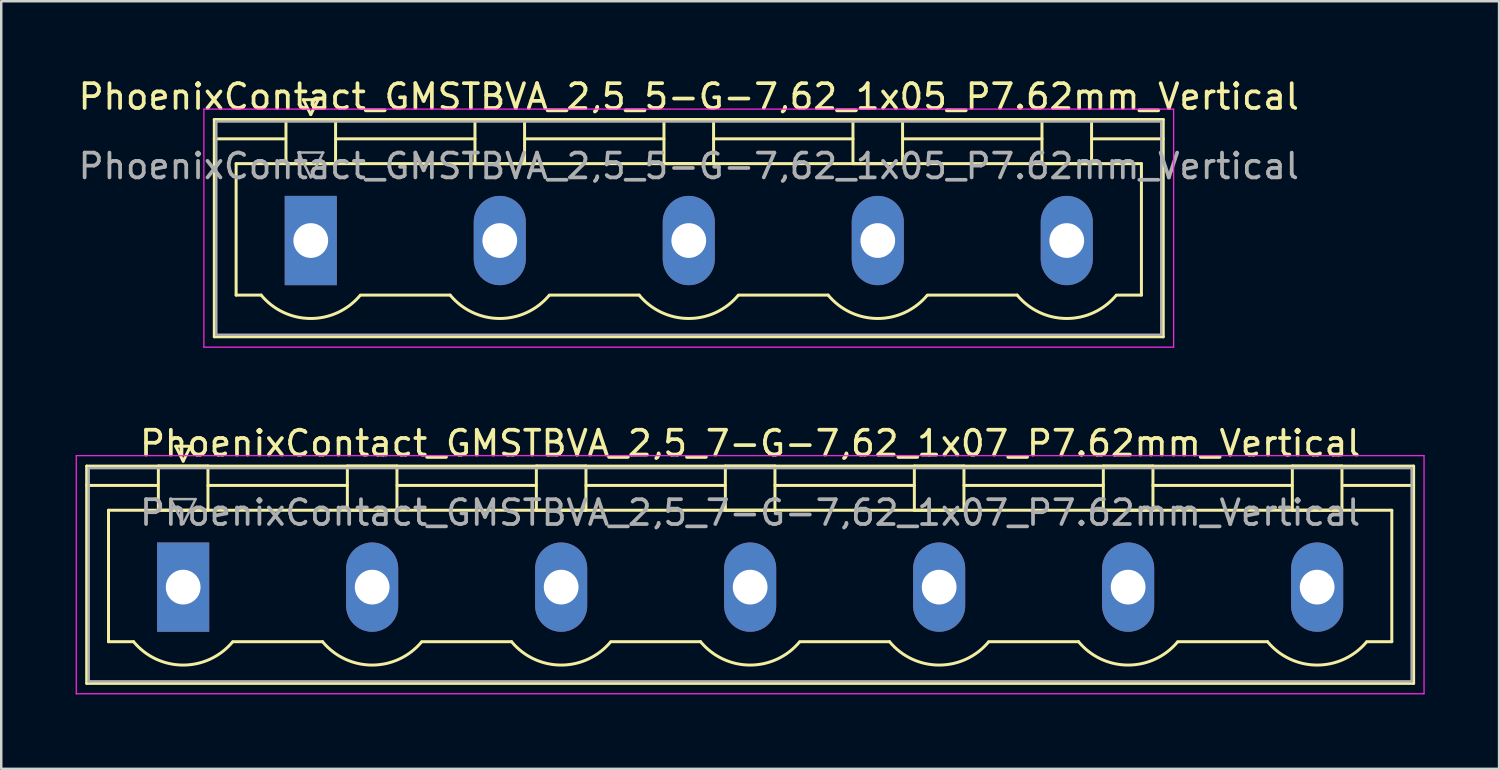
<source format=kicad_pcb>
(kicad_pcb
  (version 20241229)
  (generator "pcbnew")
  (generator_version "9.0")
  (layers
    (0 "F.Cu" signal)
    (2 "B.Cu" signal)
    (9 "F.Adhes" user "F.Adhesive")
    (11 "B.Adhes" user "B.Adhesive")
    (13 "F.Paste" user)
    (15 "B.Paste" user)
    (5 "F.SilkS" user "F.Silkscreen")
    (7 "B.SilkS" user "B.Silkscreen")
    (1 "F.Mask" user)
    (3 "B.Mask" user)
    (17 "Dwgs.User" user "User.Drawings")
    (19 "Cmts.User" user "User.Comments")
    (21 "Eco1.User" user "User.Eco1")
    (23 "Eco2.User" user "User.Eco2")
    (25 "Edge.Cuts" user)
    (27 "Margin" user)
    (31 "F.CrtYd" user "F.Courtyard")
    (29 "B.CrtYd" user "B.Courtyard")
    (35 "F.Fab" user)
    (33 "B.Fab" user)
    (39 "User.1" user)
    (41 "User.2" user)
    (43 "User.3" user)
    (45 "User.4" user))
  (footprint "PhoenixContact_GMSTBVA_2,5_5-G-7,62_1x05_P7.62mm_Vertical"
    (layer "F.Cu")
    (at 9.48 6.648)
    (property "Reference" "PhoenixContact_GMSTBVA_2,5_5-G-7,62_1x05_P7.62mm_Vertical" (at 15.24 -5.8 0) (layer "F.SilkS") (effects (font (size 1 1) (thickness 0.15))))
    (attr through_hole)
    (fp_line (start -3.89 -4.88) (end -3.89 3.88) (stroke (width 0.12) (type solid)) (layer "F.SilkS"))
    (fp_line (start -3.89 -4.1) (end -1.08 -4.1) (stroke (width 0.12) (type solid)) (layer "F.SilkS"))
    (fp_line (start -3.89 3.88) (end 34.37 3.88) (stroke (width 0.12) (type solid)) (layer "F.SilkS"))
    (fp_line (start -3.01 -3.1) (end 33.49 -3.1) (stroke (width 0.12) (type solid)) (layer "F.SilkS"))
    (fp_line (start -3.01 2.2) (end -3.01 -3.1) (stroke (width 0.12) (type solid)) (layer "F.SilkS"))
    (fp_line (start -2 2.2) (end -3.01 2.2) (stroke (width 0.12) (type solid)) (layer "F.SilkS"))
    (fp_line (start -1 -4.88) (end 1 -4.88) (stroke (width 0.12) (type solid)) (layer "F.SilkS"))
    (fp_line (start -1 -3.1) (end -1 -4.88) (stroke (width 0.12) (type solid)) (layer "F.SilkS"))
    (fp_line (start -0.3 -5.68) (end 0.3 -5.68) (stroke (width 0.12) (type solid)) (layer "F.SilkS"))
    (fp_line (start 0 -5.08) (end -0.3 -5.68) (stroke (width 0.12) (type solid)) (layer "F.SilkS"))
    (fp_line (start 0.3 -5.68) (end 0 -5.08) (stroke (width 0.12) (type solid)) (layer "F.SilkS"))
    (fp_line (start 1 -4.88) (end 1 -3.1) (stroke (width 0.12) (type solid)) (layer "F.SilkS"))
    (fp_line (start 1 -4.1) (end 6.62 -4.1) (stroke (width 0.12) (type solid)) (layer "F.SilkS"))
    (fp_line (start 1 -3.1) (end -1 -3.1) (stroke (width 0.12) (type solid)) (layer "F.SilkS"))
    (fp_line (start 2 2.2) (end 5.62 2.2) (stroke (width 0.12) (type solid)) (layer "F.SilkS"))
    (fp_line (start 6.62 -4.88) (end 8.62 -4.88) (stroke (width 0.12) (type solid)) (layer "F.SilkS"))
    (fp_line (start 6.62 -3.1) (end 6.62 -4.88) (stroke (width 0.12) (type solid)) (layer "F.SilkS"))
    (fp_line (start 8.62 -4.88) (end 8.62 -3.1) (stroke (width 0.12) (type solid)) (layer "F.SilkS"))
    (fp_line (start 8.62 -4.1) (end 14.24 -4.1) (stroke (width 0.12) (type solid)) (layer "F.SilkS"))
    (fp_line (start 8.62 -3.1) (end 6.62 -3.1) (stroke (width 0.12) (type solid)) (layer "F.SilkS"))
    (fp_line (start 9.62 2.2) (end 13.24 2.2) (stroke (width 0.12) (type solid)) (layer "F.SilkS"))
    (fp_line (start 14.24 -4.88) (end 16.24 -4.88) (stroke (width 0.12) (type solid)) (layer "F.SilkS"))
    (fp_line (start 14.24 -3.1) (end 14.24 -4.88) (stroke (width 0.12) (type solid)) (layer "F.SilkS"))
    (fp_line (start 16.24 -4.88) (end 16.24 -3.1) (stroke (width 0.12) (type solid)) (layer "F.SilkS"))
    (fp_line (start 16.24 -4.1) (end 21.86 -4.1) (stroke (width 0.12) (type solid)) (layer "F.SilkS"))
    (fp_line (start 16.24 -3.1) (end 14.24 -3.1) (stroke (width 0.12) (type solid)) (layer "F.SilkS"))
    (fp_line (start 17.24 2.2) (end 20.86 2.2) (stroke (width 0.12) (type solid)) (layer "F.SilkS"))
    (fp_line (start 21.86 -4.88) (end 23.86 -4.88) (stroke (width 0.12) (type solid)) (layer "F.SilkS"))
    (fp_line (start 21.86 -3.1) (end 21.86 -4.88) (stroke (width 0.12) (type solid)) (layer "F.SilkS"))
    (fp_line (start 23.86 -4.88) (end 23.86 -3.1) (stroke (width 0.12) (type solid)) (layer "F.SilkS"))
    (fp_line (start 23.86 -4.1) (end 29.48 -4.1) (stroke (width 0.12) (type solid)) (layer "F.SilkS"))
    (fp_line (start 23.86 -3.1) (end 21.86 -3.1) (stroke (width 0.12) (type solid)) (layer "F.SilkS"))
    (fp_line (start 24.86 2.2) (end 28.48 2.2) (stroke (width 0.12) (type solid)) (layer "F.SilkS"))
    (fp_line (start 29.48 -4.88) (end 31.48 -4.88) (stroke (width 0.12) (type solid)) (layer "F.SilkS"))
    (fp_line (start 29.48 -3.1) (end 29.48 -4.88) (stroke (width 0.12) (type solid)) (layer "F.SilkS"))
    (fp_line (start 31.48 -4.88) (end 31.48 -3.1) (stroke (width 0.12) (type solid)) (layer "F.SilkS"))
    (fp_line (start 31.48 -3.1) (end 29.48 -3.1) (stroke (width 0.12) (type solid)) (layer "F.SilkS"))
    (fp_line (start 33.49 -3.1) (end 33.49 2.2) (stroke (width 0.12) (type solid)) (layer "F.SilkS"))
    (fp_line (start 33.49 2.2) (end 32.48 2.2) (stroke (width 0.12) (type solid)) (layer "F.SilkS"))
    (fp_line (start 34.37 -4.88) (end -3.89 -4.88) (stroke (width 0.12) (type solid)) (layer "F.SilkS"))
    (fp_line (start 34.37 -4.1) (end 31.56 -4.1) (stroke (width 0.12) (type solid)) (layer "F.SilkS"))
    (fp_line (start 34.37 3.88) (end 34.37 -4.88) (stroke (width 0.12) (type solid)) (layer "F.SilkS"))
    (fp_arc (start 1.986842 2.215821) (mid -0.010289 3.142758) (end -2 2.2) (stroke (width 0.12) (type solid)) (layer "F.SilkS"))
    (fp_arc (start 9.606842 2.215821) (mid 7.609711 3.142758) (end 5.62 2.2) (stroke (width 0.12) (type solid)) (layer "F.SilkS"))
    (fp_arc (start 17.226842 2.215821) (mid 15.229711 3.142758) (end 13.24 2.2) (stroke (width 0.12) (type solid)) (layer "F.SilkS"))
    (fp_arc (start 24.846842 2.215821) (mid 22.849711 3.142758) (end 20.86 2.2) (stroke (width 0.12) (type solid)) (layer "F.SilkS"))
    (fp_arc (start 32.466842 2.215821) (mid 30.469711 3.142758) (end 28.48 2.2) (stroke (width 0.12) (type solid)) (layer "F.SilkS"))
    (fp_line (start -4.31 -5.3) (end -4.31 4.3) (stroke (width 0.05) (type solid)) (layer "F.CrtYd"))
    (fp_line (start -4.31 4.3) (end 34.79 4.3) (stroke (width 0.05) (type solid)) (layer "F.CrtYd"))
    (fp_line (start 34.79 -5.3) (end -4.31 -5.3) (stroke (width 0.05) (type solid)) (layer "F.CrtYd"))
    (fp_line (start 34.79 4.3) (end 34.79 -5.3) (stroke (width 0.05) (type solid)) (layer "F.CrtYd"))
    (fp_line (start -3.81 -4.8) (end -3.81 3.8) (stroke (width 0.1) (type solid)) (layer "F.Fab"))
    (fp_line (start -3.81 3.8) (end 34.29 3.8) (stroke (width 0.1) (type solid)) (layer "F.Fab"))
    (fp_line (start -0.5 -3.55) (end 0.5 -3.55) (stroke (width 0.1) (type solid)) (layer "F.Fab"))
    (fp_line (start 0 -2.55) (end -0.5 -3.55) (stroke (width 0.1) (type solid)) (layer "F.Fab"))
    (fp_line (start 0.5 -3.55) (end 0 -2.55) (stroke (width 0.1) (type solid)) (layer "F.Fab"))
    (fp_line (start 34.29 -4.8) (end -3.81 -4.8) (stroke (width 0.1) (type solid)) (layer "F.Fab"))
    (fp_line (start 34.29 3.8) (end 34.29 -4.8) (stroke (width 0.1) (type solid)) (layer "F.Fab"))
    (fp_text user "${REFERENCE}" (at 15.24 -3 0) (layer "F.Fab") (effects (font (size 1 1) (thickness 0.15))))
    (pad "1" thru_hole rect (at 0 0) (size 2.1 3.6) (drill 1.4) (layers "*.Cu" "*.Mask"))
    (pad "2" thru_hole oval (at 7.62 0) (size 2.1 3.6) (drill 1.4) (layers "*.Cu" "*.Mask"))
    (pad "3" thru_hole oval (at 15.24 0) (size 2.1 3.6) (drill 1.4) (layers "*.Cu" "*.Mask"))
    (pad "4" thru_hole oval (at 22.86 0) (size 2.1 3.6) (drill 1.4) (layers "*.Cu" "*.Mask"))
    (pad "5" thru_hole oval (at 30.48 0) (size 2.1 3.6) (drill 1.4) (layers "*.Cu" "*.Mask")))
  (footprint "PhoenixContact_GMSTBVA_2,5_7-G-7,62_1x07_P7.62mm_Vertical"
    (layer "F.Cu")
    (at 4.335 20.622)
    (property "Reference" "PhoenixContact_GMSTBVA_2,5_7-G-7,62_1x07_P7.62mm_Vertical" (at 22.86 -5.8 0) (layer "F.SilkS") (effects (font (size 1 1) (thickness 0.15))))
    (attr through_hole)
    (fp_line (start -3.89 -4.88) (end -3.89 3.88) (stroke (width 0.12) (type solid)) (layer "F.SilkS"))
    (fp_line (start -3.89 -4.1) (end -1.08 -4.1) (stroke (width 0.12) (type solid)) (layer "F.SilkS"))
    (fp_line (start -3.89 3.88) (end 49.61 3.88) (stroke (width 0.12) (type solid)) (layer "F.SilkS"))
    (fp_line (start -3.01 -3.1) (end 48.73 -3.1) (stroke (width 0.12) (type solid)) (layer "F.SilkS"))
    (fp_line (start -3.01 2.2) (end -3.01 -3.1) (stroke (width 0.12) (type solid)) (layer "F.SilkS"))
    (fp_line (start -2 2.2) (end -3.01 2.2) (stroke (width 0.12) (type solid)) (layer "F.SilkS"))
    (fp_line (start -1 -4.88) (end 1 -4.88) (stroke (width 0.12) (type solid)) (layer "F.SilkS"))
    (fp_line (start -1 -3.1) (end -1 -4.88) (stroke (width 0.12) (type solid)) (layer "F.SilkS"))
    (fp_line (start -0.3 -5.68) (end 0.3 -5.68) (stroke (width 0.12) (type solid)) (layer "F.SilkS"))
    (fp_line (start 0 -5.08) (end -0.3 -5.68) (stroke (width 0.12) (type solid)) (layer "F.SilkS"))
    (fp_line (start 0.3 -5.68) (end 0 -5.08) (stroke (width 0.12) (type solid)) (layer "F.SilkS"))
    (fp_line (start 1 -4.88) (end 1 -3.1) (stroke (width 0.12) (type solid)) (layer "F.SilkS"))
    (fp_line (start 1 -4.1) (end 6.62 -4.1) (stroke (width 0.12) (type solid)) (layer "F.SilkS"))
    (fp_line (start 1 -3.1) (end -1 -3.1) (stroke (width 0.12) (type solid)) (layer "F.SilkS"))
    (fp_line (start 2 2.2) (end 5.62 2.2) (stroke (width 0.12) (type solid)) (layer "F.SilkS"))
    (fp_line (start 6.62 -4.88) (end 8.62 -4.88) (stroke (width 0.12) (type solid)) (layer "F.SilkS"))
    (fp_line (start 6.62 -3.1) (end 6.62 -4.88) (stroke (width 0.12) (type solid)) (layer "F.SilkS"))
    (fp_line (start 8.62 -4.88) (end 8.62 -3.1) (stroke (width 0.12) (type solid)) (layer "F.SilkS"))
    (fp_line (start 8.62 -4.1) (end 14.24 -4.1) (stroke (width 0.12) (type solid)) (layer "F.SilkS"))
    (fp_line (start 8.62 -3.1) (end 6.62 -3.1) (stroke (width 0.12) (type solid)) (layer "F.SilkS"))
    (fp_line (start 9.62 2.2) (end 13.24 2.2) (stroke (width 0.12) (type solid)) (layer "F.SilkS"))
    (fp_line (start 14.24 -4.88) (end 16.24 -4.88) (stroke (width 0.12) (type solid)) (layer "F.SilkS"))
    (fp_line (start 14.24 -3.1) (end 14.24 -4.88) (stroke (width 0.12) (type solid)) (layer "F.SilkS"))
    (fp_line (start 16.24 -4.88) (end 16.24 -3.1) (stroke (width 0.12) (type solid)) (layer "F.SilkS"))
    (fp_line (start 16.24 -4.1) (end 21.86 -4.1) (stroke (width 0.12) (type solid)) (layer "F.SilkS"))
    (fp_line (start 16.24 -3.1) (end 14.24 -3.1) (stroke (width 0.12) (type solid)) (layer "F.SilkS"))
    (fp_line (start 17.24 2.2) (end 20.86 2.2) (stroke (width 0.12) (type solid)) (layer "F.SilkS"))
    (fp_line (start 21.86 -4.88) (end 23.86 -4.88) (stroke (width 0.12) (type solid)) (layer "F.SilkS"))
    (fp_line (start 21.86 -3.1) (end 21.86 -4.88) (stroke (width 0.12) (type solid)) (layer "F.SilkS"))
    (fp_line (start 23.86 -4.88) (end 23.86 -3.1) (stroke (width 0.12) (type solid)) (layer "F.SilkS"))
    (fp_line (start 23.86 -4.1) (end 29.48 -4.1) (stroke (width 0.12) (type solid)) (layer "F.SilkS"))
    (fp_line (start 23.86 -3.1) (end 21.86 -3.1) (stroke (width 0.12) (type solid)) (layer "F.SilkS"))
    (fp_line (start 24.86 2.2) (end 28.48 2.2) (stroke (width 0.12) (type solid)) (layer "F.SilkS"))
    (fp_line (start 29.48 -4.88) (end 31.48 -4.88) (stroke (width 0.12) (type solid)) (layer "F.SilkS"))
    (fp_line (start 29.48 -3.1) (end 29.48 -4.88) (stroke (width 0.12) (type solid)) (layer "F.SilkS"))
    (fp_line (start 31.48 -4.88) (end 31.48 -3.1) (stroke (width 0.12) (type solid)) (layer "F.SilkS"))
    (fp_line (start 31.48 -4.1) (end 37.1 -4.1) (stroke (width 0.12) (type solid)) (layer "F.SilkS"))
    (fp_line (start 31.48 -3.1) (end 29.48 -3.1) (stroke (width 0.12) (type solid)) (layer "F.SilkS"))
    (fp_line (start 32.48 2.2) (end 36.1 2.2) (stroke (width 0.12) (type solid)) (layer "F.SilkS"))
    (fp_line (start 37.1 -4.88) (end 39.1 -4.88) (stroke (width 0.12) (type solid)) (layer "F.SilkS"))
    (fp_line (start 37.1 -3.1) (end 37.1 -4.88) (stroke (width 0.12) (type solid)) (layer "F.SilkS"))
    (fp_line (start 39.1 -4.88) (end 39.1 -3.1) (stroke (width 0.12) (type solid)) (layer "F.SilkS"))
    (fp_line (start 39.1 -4.1) (end 44.72 -4.1) (stroke (width 0.12) (type solid)) (layer "F.SilkS"))
    (fp_line (start 39.1 -3.1) (end 37.1 -3.1) (stroke (width 0.12) (type solid)) (layer "F.SilkS"))
    (fp_line (start 40.1 2.2) (end 43.72 2.2) (stroke (width 0.12) (type solid)) (layer "F.SilkS"))
    (fp_line (start 44.72 -4.88) (end 46.72 -4.88) (stroke (width 0.12) (type solid)) (layer "F.SilkS"))
    (fp_line (start 44.72 -3.1) (end 44.72 -4.88) (stroke (width 0.12) (type solid)) (layer "F.SilkS"))
    (fp_line (start 46.72 -4.88) (end 46.72 -3.1) (stroke (width 0.12) (type solid)) (layer "F.SilkS"))
    (fp_line (start 46.72 -3.1) (end 44.72 -3.1) (stroke (width 0.12) (type solid)) (layer "F.SilkS"))
    (fp_line (start 48.73 -3.1) (end 48.73 2.2) (stroke (width 0.12) (type solid)) (layer "F.SilkS"))
    (fp_line (start 48.73 2.2) (end 47.72 2.2) (stroke (width 0.12) (type solid)) (layer "F.SilkS"))
    (fp_line (start 49.61 -4.88) (end -3.89 -4.88) (stroke (width 0.12) (type solid)) (layer "F.SilkS"))
    (fp_line (start 49.61 -4.1) (end 46.8 -4.1) (stroke (width 0.12) (type solid)) (layer "F.SilkS"))
    (fp_line (start 49.61 3.88) (end 49.61 -4.88) (stroke (width 0.12) (type solid)) (layer "F.SilkS"))
    (fp_arc (start 1.986842 2.215821) (mid -0.010289 3.142758) (end -2 2.2) (stroke (width 0.12) (type solid)) (layer "F.SilkS"))
    (fp_arc (start 9.606842 2.215821) (mid 7.609711 3.142758) (end 5.62 2.2) (stroke (width 0.12) (type solid)) (layer "F.SilkS"))
    (fp_arc (start 17.226842 2.215821) (mid 15.229711 3.142758) (end 13.24 2.2) (stroke (width 0.12) (type solid)) (layer "F.SilkS"))
    (fp_arc (start 24.846842 2.215821) (mid 22.849711 3.142758) (end 20.86 2.2) (stroke (width 0.12) (type solid)) (layer "F.SilkS"))
    (fp_arc (start 32.466842 2.215821) (mid 30.469711 3.142758) (end 28.48 2.2) (stroke (width 0.12) (type solid)) (layer "F.SilkS"))
    (fp_arc (start 40.086842 2.215821) (mid 38.089711 3.142758) (end 36.1 2.2) (stroke (width 0.12) (type solid)) (layer "F.SilkS"))
    (fp_arc (start 47.706842 2.215821) (mid 45.709711 3.142758) (end 43.72 2.2) (stroke (width 0.12) (type solid)) (layer "F.SilkS"))
    (fp_line (start -4.31 -5.3) (end -4.31 4.3) (stroke (width 0.05) (type solid)) (layer "F.CrtYd"))
    (fp_line (start -4.31 4.3) (end 50.03 4.3) (stroke (width 0.05) (type solid)) (layer "F.CrtYd"))
    (fp_line (start 50.03 -5.3) (end -4.31 -5.3) (stroke (width 0.05) (type solid)) (layer "F.CrtYd"))
    (fp_line (start 50.03 4.3) (end 50.03 -5.3) (stroke (width 0.05) (type solid)) (layer "F.CrtYd"))
    (fp_line (start -3.81 -4.8) (end -3.81 3.8) (stroke (width 0.1) (type solid)) (layer "F.Fab"))
    (fp_line (start -3.81 3.8) (end 49.53 3.8) (stroke (width 0.1) (type solid)) (layer "F.Fab"))
    (fp_line (start -0.5 -3.55) (end 0.5 -3.55) (stroke (width 0.1) (type solid)) (layer "F.Fab"))
    (fp_line (start 0 -2.55) (end -0.5 -3.55) (stroke (width 0.1) (type solid)) (layer "F.Fab"))
    (fp_line (start 0.5 -3.55) (end 0 -2.55) (stroke (width 0.1) (type solid)) (layer "F.Fab"))
    (fp_line (start 49.53 -4.8) (end -3.81 -4.8) (stroke (width 0.1) (type solid)) (layer "F.Fab"))
    (fp_line (start 49.53 3.8) (end 49.53 -4.8) (stroke (width 0.1) (type solid)) (layer "F.Fab"))
    (fp_text user "${REFERENCE}" (at 22.86 -3 0) (layer "F.Fab") (effects (font (size 1 1) (thickness 0.15))))
    (pad "1" thru_hole rect (at 0 0) (size 2.1 3.6) (drill 1.4) (layers "*.Cu" "*.Mask"))
    (pad "2" thru_hole oval (at 7.62 0) (size 2.1 3.6) (drill 1.4) (layers "*.Cu" "*.Mask"))
    (pad "3" thru_hole oval (at 15.24 0) (size 2.1 3.6) (drill 1.4) (layers "*.Cu" "*.Mask"))
    (pad "4" thru_hole oval (at 22.86 0) (size 2.1 3.6) (drill 1.4) (layers "*.Cu" "*.Mask"))
    (pad "5" thru_hole oval (at 30.48 0) (size 2.1 3.6) (drill 1.4) (layers "*.Cu" "*.Mask"))
    (pad "6" thru_hole oval (at 38.1 0) (size 2.1 3.6) (drill 1.4) (layers "*.Cu" "*.Mask"))
    (pad "7" thru_hole oval (at 45.72 0) (size 2.1 3.6) (drill 1.4) (layers "*.Cu" "*.Mask")))
  (gr_rect
    (start -3 -3)
    (end 57.39 27.947)
    (stroke (width 0.1) (type default))
    (fill no)
    (layer "Edge.Cuts")))
</source>
